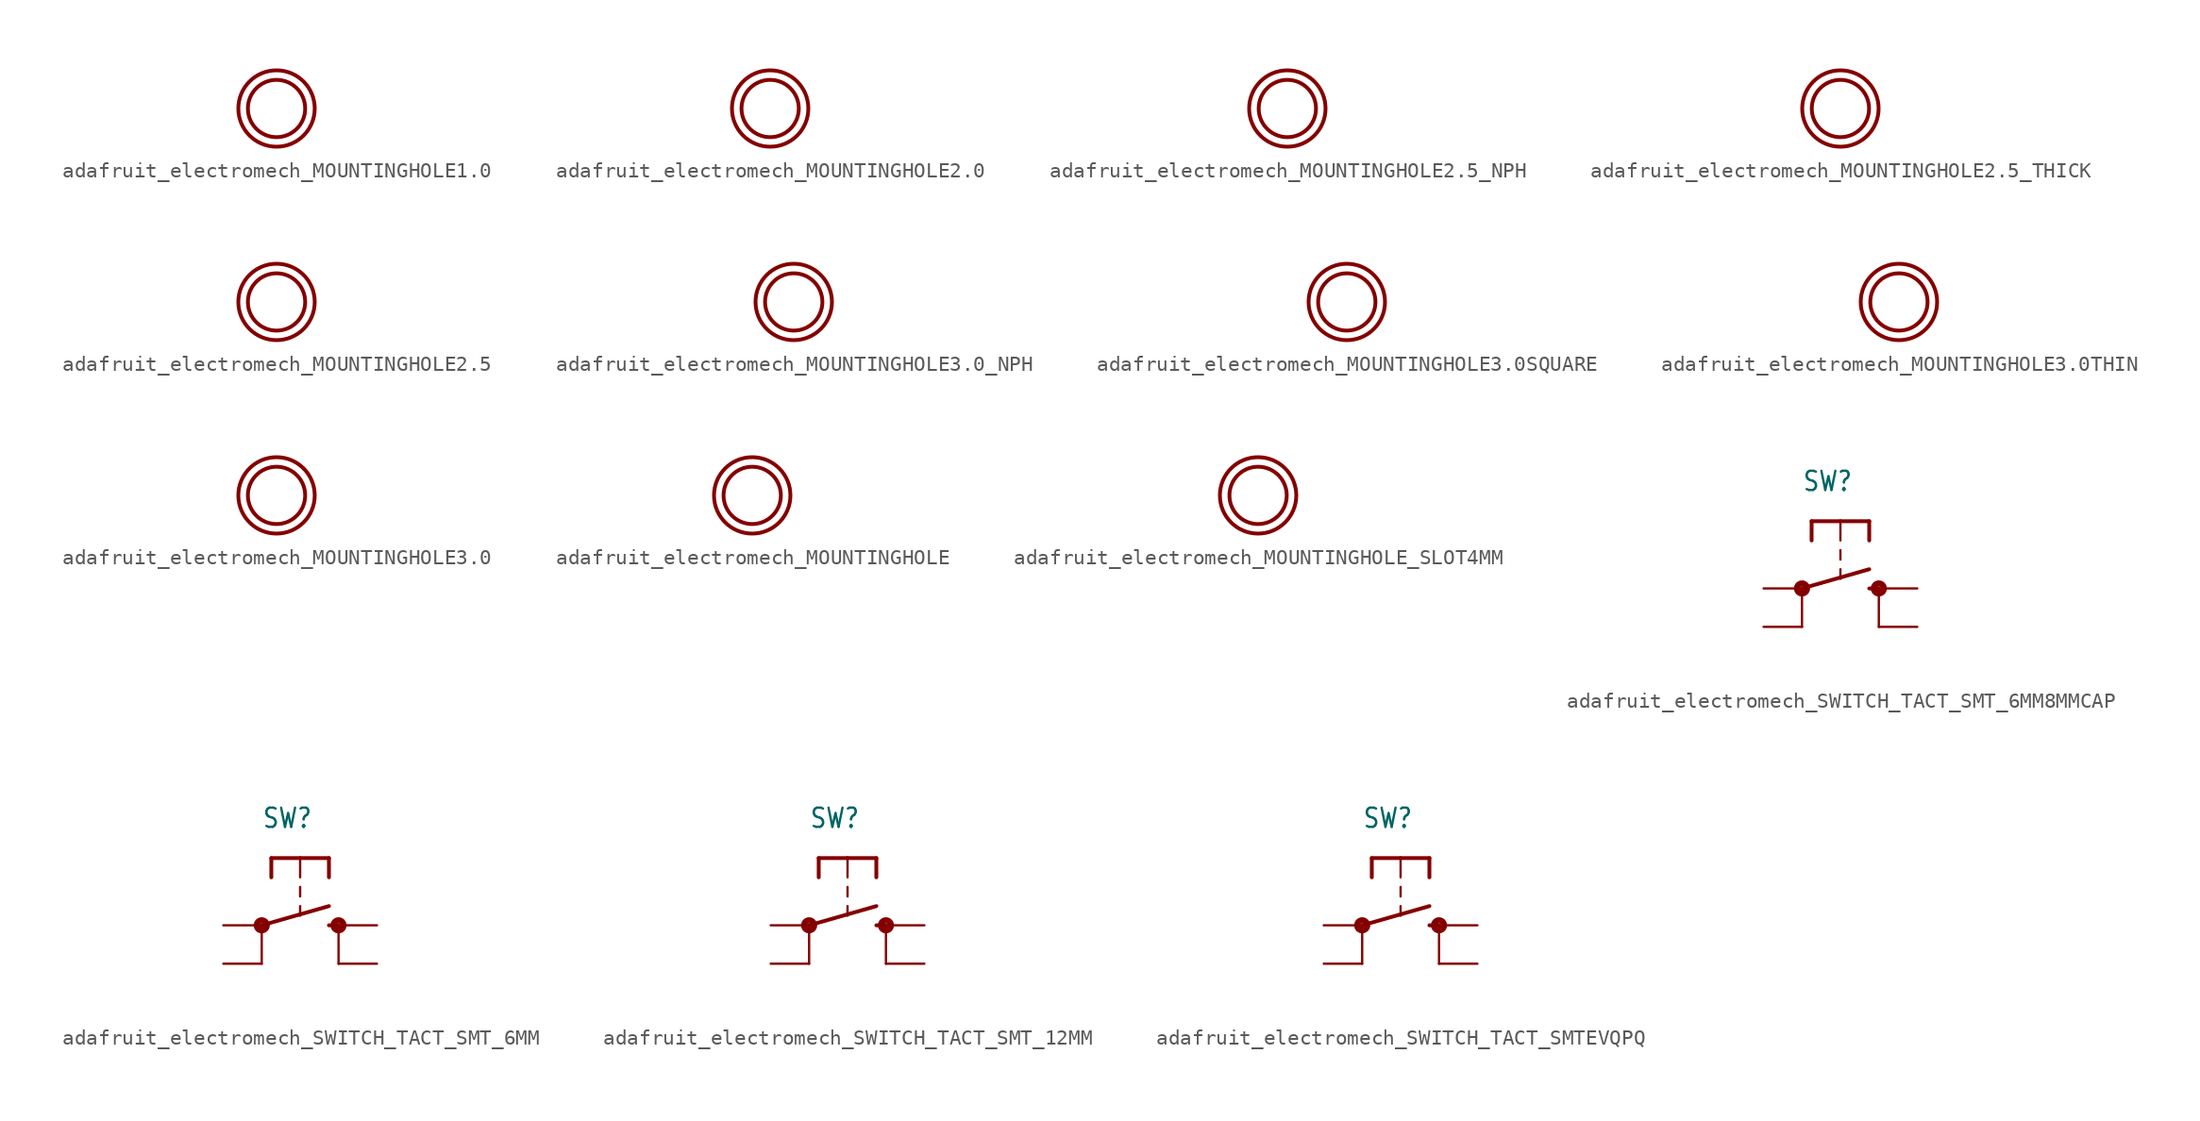
<source format=kicad_sym>
(kicad_symbol_lib
  (version 20231120)
  (generator "kicad_symbol_editor")
  (generator_version "8.0")
  (symbol "adafruit_electromech_MOUNTINGHOLE1.0"
    (property "Reference" ""
      (at 0 0 0)
      (effects (font (size 1.27 1.27)) (hide yes)))
    (property "ki_locked" ""
      (at 0 0 0)
      (effects (font (size 1.27 1.27))))
    (symbol "adafruit_electromech_MOUNTINGHOLE1.0_1_0"
      (circle (center 0 0) (radius 1.905) (stroke (width 0.254) (type solid)) (fill (type none)))
      (circle (center 0 0) (radius 2.54) (stroke (width 0.254) (type solid)) (fill (type none)))))
  (symbol "adafruit_electromech_MOUNTINGHOLE2.0"
    (property "Reference" ""
      (at 0 0 0)
      (effects (font (size 1.27 1.27)) (hide yes)))
    (property "ki_locked" ""
      (at 0 0 0)
      (effects (font (size 1.27 1.27))))
    (symbol "adafruit_electromech_MOUNTINGHOLE2.0_1_0"
      (circle (center 0 0) (radius 1.905) (stroke (width 0.254) (type solid)) (fill (type none)))
      (circle (center 0 0) (radius 2.54) (stroke (width 0.254) (type solid)) (fill (type none)))))
  (symbol "adafruit_electromech_MOUNTINGHOLE2.5_NPH"
    (property "Reference" ""
      (at 0 0 0)
      (effects (font (size 1.27 1.27)) (hide yes)))
    (property "ki_locked" ""
      (at 0 0 0)
      (effects (font (size 1.27 1.27))))
    (symbol "adafruit_electromech_MOUNTINGHOLE2.5_NPH_1_0"
      (circle (center 0 0) (radius 1.905) (stroke (width 0.254) (type solid)) (fill (type none)))
      (circle (center 0 0) (radius 2.54) (stroke (width 0.254) (type solid)) (fill (type none)))))
  (symbol "adafruit_electromech_MOUNTINGHOLE2.5_THICK"
    (property "Reference" ""
      (at 0 0 0)
      (effects (font (size 1.27 1.27)) (hide yes)))
    (property "ki_locked" ""
      (at 0 0 0)
      (effects (font (size 1.27 1.27))))
    (symbol "adafruit_electromech_MOUNTINGHOLE2.5_THICK_1_0"
      (circle (center 0 0) (radius 1.905) (stroke (width 0.254) (type solid)) (fill (type none)))
      (circle (center 0 0) (radius 2.54) (stroke (width 0.254) (type solid)) (fill (type none)))))
  (symbol "adafruit_electromech_MOUNTINGHOLE2.5"
    (property "Reference" ""
      (at 0 0 0)
      (effects (font (size 1.27 1.27)) (hide yes)))
    (property "ki_locked" ""
      (at 0 0 0)
      (effects (font (size 1.27 1.27))))
    (symbol "adafruit_electromech_MOUNTINGHOLE2.5_1_0"
      (circle (center 0 0) (radius 1.905) (stroke (width 0.254) (type solid)) (fill (type none)))
      (circle (center 0 0) (radius 2.54) (stroke (width 0.254) (type solid)) (fill (type none)))))
  (symbol "adafruit_electromech_MOUNTINGHOLE3.0_NPH"
    (property "Reference" ""
      (at 0 0 0)
      (effects (font (size 1.27 1.27)) (hide yes)))
    (property "ki_locked" ""
      (at 0 0 0)
      (effects (font (size 1.27 1.27))))
    (symbol "adafruit_electromech_MOUNTINGHOLE3.0_NPH_1_0"
      (circle (center 0 0) (radius 1.905) (stroke (width 0.254) (type solid)) (fill (type none)))
      (circle (center 0 0) (radius 2.54) (stroke (width 0.254) (type solid)) (fill (type none)))))
  (symbol "adafruit_electromech_MOUNTINGHOLE3.0SQUARE"
    (property "Reference" ""
      (at 0 0 0)
      (effects (font (size 1.27 1.27)) (hide yes)))
    (property "ki_locked" ""
      (at 0 0 0)
      (effects (font (size 1.27 1.27))))
    (symbol "adafruit_electromech_MOUNTINGHOLE3.0SQUARE_1_0"
      (circle (center 0 0) (radius 1.905) (stroke (width 0.254) (type solid)) (fill (type none)))
      (circle (center 0 0) (radius 2.54) (stroke (width 0.254) (type solid)) (fill (type none)))))
  (symbol "adafruit_electromech_MOUNTINGHOLE3.0THIN"
    (property "Reference" ""
      (at 0 0 0)
      (effects (font (size 1.27 1.27)) (hide yes)))
    (property "ki_locked" ""
      (at 0 0 0)
      (effects (font (size 1.27 1.27))))
    (symbol "adafruit_electromech_MOUNTINGHOLE3.0THIN_1_0"
      (circle (center 0 0) (radius 1.905) (stroke (width 0.254) (type solid)) (fill (type none)))
      (circle (center 0 0) (radius 2.54) (stroke (width 0.254) (type solid)) (fill (type none)))))
  (symbol "adafruit_electromech_MOUNTINGHOLE3.0"
    (property "Reference" ""
      (at 0 0 0)
      (effects (font (size 1.27 1.27)) (hide yes)))
    (property "ki_locked" ""
      (at 0 0 0)
      (effects (font (size 1.27 1.27))))
    (symbol "adafruit_electromech_MOUNTINGHOLE3.0_1_0"
      (circle (center 0 0) (radius 1.905) (stroke (width 0.254) (type solid)) (fill (type none)))
      (circle (center 0 0) (radius 2.54) (stroke (width 0.254) (type solid)) (fill (type none)))))
  (symbol "adafruit_electromech_MOUNTINGHOLE"
    (property "Reference" ""
      (at 0 0 0)
      (effects (font (size 1.27 1.27)) (hide yes)))
    (property "ki_locked" ""
      (at 0 0 0)
      (effects (font (size 1.27 1.27))))
    (symbol "adafruit_electromech_MOUNTINGHOLE_1_0"
      (circle (center 0 0) (radius 1.905) (stroke (width 0.254) (type solid)) (fill (type none)))
      (circle (center 0 0) (radius 2.54) (stroke (width 0.254) (type solid)) (fill (type none)))))
  (symbol "adafruit_electromech_MOUNTINGHOLE_SLOT4MM"
    (property "Reference" ""
      (at 0 0 0)
      (effects (font (size 1.27 1.27)) (hide yes)))
    (property "ki_locked" ""
      (at 0 0 0)
      (effects (font (size 1.27 1.27))))
    (symbol "adafruit_electromech_MOUNTINGHOLE_SLOT4MM_1_0"
      (circle (center 0 0) (radius 1.905) (stroke (width 0.254) (type solid)) (fill (type none)))
      (circle (center 0 0) (radius 2.54) (stroke (width 0.254) (type solid)) (fill (type none)))))
  (symbol "adafruit_electromech_SWITCH_TACT_SMT_6MM8MMCAP"
    (property "Reference" "SW"
      (at -2.54 6.35 0)
      (effects (font (size 1.27 1.079)) (justify left bottom)))
    (property "Value" ""
      (at -2.54 -5.08 0)
      (effects (font (size 1.27 1.079)) (justify left bottom)))
    (property "ki_locked" ""
      (at 0 0 0)
      (effects (font (size 1.27 1.27))))
    (symbol "adafruit_electromech_SWITCH_TACT_SMT_6MM8MMCAP_1_0"
      (circle (center -2.54 0) (radius 0.127) (stroke (width 0.406) (type solid)) (fill (type none)))
      (polyline (pts (xy -2.54 -2.54) (xy -2.54 0)) (stroke (width 0.152) (type solid)) (fill (type none)))
      (polyline (pts (xy -2.54 0) (xy 1.905 1.27)) (stroke (width 0.254) (type solid)) (fill (type none)))
      (polyline (pts (xy -1.905 4.445) (xy -1.905 3.175)) (stroke (width 0.254) (type solid)) (fill (type none)))
      (polyline (pts (xy 0 1.27) (xy 0 0.635)) (stroke (width 0.152) (type solid)) (fill (type none)))
      (polyline (pts (xy 0 2.54) (xy 0 1.905)) (stroke (width 0.152) (type solid)) (fill (type none)))
      (polyline (pts (xy 0 4.445) (xy -1.905 4.445)) (stroke (width 0.254) (type solid)) (fill (type none)))
      (polyline (pts (xy 0 4.445) (xy 0 3.175)) (stroke (width 0.152) (type solid)) (fill (type none)))
      (polyline (pts (xy 1.905 0) (xy 2.54 0)) (stroke (width 0.254) (type solid)) (fill (type none)))
      (polyline (pts (xy 1.905 4.445) (xy 0 4.445)) (stroke (width 0.254) (type solid)) (fill (type none)))
      (polyline (pts (xy 1.905 4.445) (xy 1.905 3.175)) (stroke (width 0.254) (type solid)) (fill (type none)))
      (polyline (pts (xy 2.54 -2.54) (xy 2.54 0)) (stroke (width 0.152) (type solid)) (fill (type none)))
      (circle (center 2.54 0) (radius 0.127) (stroke (width 0.406) (type solid)) (fill (type none)))
      (pin passive line (at -5.08 0 0) (length 2.54) (name "P" (effects (font (size 0 0)))) (number "A" (effects (font (size 0 0)))))
      (pin passive line (at -5.08 -2.54 0) (length 2.54) (name "P1" (effects (font (size 0 0)))) (number "A'" (effects (font (size 0 0)))))
      (pin passive line (at 5.08 0 180) (length 2.54) (name "S" (effects (font (size 0 0)))) (number "B" (effects (font (size 0 0)))))
      (pin passive line (at 5.08 -2.54 180) (length 2.54) (name "S1" (effects (font (size 0 0)))) (number "B'" (effects (font (size 0 0)))))))
  (symbol "adafruit_electromech_SWITCH_TACT_SMT_6MM"
    (property "Reference" "SW"
      (at -2.54 6.35 0)
      (effects (font (size 1.27 1.079)) (justify left bottom)))
    (property "Value" ""
      (at -2.54 -5.08 0)
      (effects (font (size 1.27 1.079)) (justify left bottom)))
    (property "ki_locked" ""
      (at 0 0 0)
      (effects (font (size 1.27 1.27))))
    (symbol "adafruit_electromech_SWITCH_TACT_SMT_6MM_1_0"
      (circle (center -2.54 0) (radius 0.127) (stroke (width 0.406) (type solid)) (fill (type none)))
      (polyline (pts (xy -2.54 -2.54) (xy -2.54 0)) (stroke (width 0.152) (type solid)) (fill (type none)))
      (polyline (pts (xy -2.54 0) (xy 1.905 1.27)) (stroke (width 0.254) (type solid)) (fill (type none)))
      (polyline (pts (xy -1.905 4.445) (xy -1.905 3.175)) (stroke (width 0.254) (type solid)) (fill (type none)))
      (polyline (pts (xy 0 1.27) (xy 0 0.635)) (stroke (width 0.152) (type solid)) (fill (type none)))
      (polyline (pts (xy 0 2.54) (xy 0 1.905)) (stroke (width 0.152) (type solid)) (fill (type none)))
      (polyline (pts (xy 0 4.445) (xy -1.905 4.445)) (stroke (width 0.254) (type solid)) (fill (type none)))
      (polyline (pts (xy 0 4.445) (xy 0 3.175)) (stroke (width 0.152) (type solid)) (fill (type none)))
      (polyline (pts (xy 1.905 0) (xy 2.54 0)) (stroke (width 0.254) (type solid)) (fill (type none)))
      (polyline (pts (xy 1.905 4.445) (xy 0 4.445)) (stroke (width 0.254) (type solid)) (fill (type none)))
      (polyline (pts (xy 1.905 4.445) (xy 1.905 3.175)) (stroke (width 0.254) (type solid)) (fill (type none)))
      (polyline (pts (xy 2.54 -2.54) (xy 2.54 0)) (stroke (width 0.152) (type solid)) (fill (type none)))
      (circle (center 2.54 0) (radius 0.127) (stroke (width 0.406) (type solid)) (fill (type none)))
      (pin passive line (at -5.08 0 0) (length 2.54) (name "P" (effects (font (size 0 0)))) (number "A" (effects (font (size 0 0)))))
      (pin passive line (at -5.08 -2.54 0) (length 2.54) (name "P1" (effects (font (size 0 0)))) (number "A'" (effects (font (size 0 0)))))
      (pin passive line (at 5.08 0 180) (length 2.54) (name "S" (effects (font (size 0 0)))) (number "B" (effects (font (size 0 0)))))
      (pin passive line (at 5.08 -2.54 180) (length 2.54) (name "S1" (effects (font (size 0 0)))) (number "B'" (effects (font (size 0 0)))))))
  (symbol "adafruit_electromech_SWITCH_TACT_SMT_12MM"
    (property "Reference" "SW"
      (at -2.54 6.35 0)
      (effects (font (size 1.27 1.079)) (justify left bottom)))
    (property "Value" ""
      (at -2.54 -5.08 0)
      (effects (font (size 1.27 1.079)) (justify left bottom)))
    (property "ki_locked" ""
      (at 0 0 0)
      (effects (font (size 1.27 1.27))))
    (symbol "adafruit_electromech_SWITCH_TACT_SMT_12MM_1_0"
      (circle (center -2.54 0) (radius 0.127) (stroke (width 0.406) (type solid)) (fill (type none)))
      (polyline (pts (xy -2.54 -2.54) (xy -2.54 0)) (stroke (width 0.152) (type solid)) (fill (type none)))
      (polyline (pts (xy -2.54 0) (xy 1.905 1.27)) (stroke (width 0.254) (type solid)) (fill (type none)))
      (polyline (pts (xy -1.905 4.445) (xy -1.905 3.175)) (stroke (width 0.254) (type solid)) (fill (type none)))
      (polyline (pts (xy 0 1.27) (xy 0 0.635)) (stroke (width 0.152) (type solid)) (fill (type none)))
      (polyline (pts (xy 0 2.54) (xy 0 1.905)) (stroke (width 0.152) (type solid)) (fill (type none)))
      (polyline (pts (xy 0 4.445) (xy -1.905 4.445)) (stroke (width 0.254) (type solid)) (fill (type none)))
      (polyline (pts (xy 0 4.445) (xy 0 3.175)) (stroke (width 0.152) (type solid)) (fill (type none)))
      (polyline (pts (xy 1.905 0) (xy 2.54 0)) (stroke (width 0.254) (type solid)) (fill (type none)))
      (polyline (pts (xy 1.905 4.445) (xy 0 4.445)) (stroke (width 0.254) (type solid)) (fill (type none)))
      (polyline (pts (xy 1.905 4.445) (xy 1.905 3.175)) (stroke (width 0.254) (type solid)) (fill (type none)))
      (polyline (pts (xy 2.54 -2.54) (xy 2.54 0)) (stroke (width 0.152) (type solid)) (fill (type none)))
      (circle (center 2.54 0) (radius 0.127) (stroke (width 0.406) (type solid)) (fill (type none)))
      (pin passive line (at -5.08 0 0) (length 2.54) (name "P" (effects (font (size 0 0)))) (number "P$1" (effects (font (size 0 0)))))
      (pin passive line (at -5.08 -2.54 0) (length 2.54) (name "P1" (effects (font (size 0 0)))) (number "P$2" (effects (font (size 0 0)))))
      (pin passive line (at 5.08 0 180) (length 2.54) (name "S" (effects (font (size 0 0)))) (number "P$3" (effects (font (size 0 0)))))
      (pin passive line (at 5.08 -2.54 180) (length 2.54) (name "S1" (effects (font (size 0 0)))) (number "P$4" (effects (font (size 0 0)))))))
  (symbol "adafruit_electromech_SWITCH_TACT_SMTEVQPQ"
    (property "Reference" "SW"
      (at -2.54 6.35 0)
      (effects (font (size 1.27 1.079)) (justify left bottom)))
    (property "Value" ""
      (at -2.54 -5.08 0)
      (effects (font (size 1.27 1.079)) (justify left bottom)))
    (property "ki_locked" ""
      (at 0 0 0)
      (effects (font (size 1.27 1.27))))
    (symbol "adafruit_electromech_SWITCH_TACT_SMTEVQPQ_1_0"
      (circle (center -2.54 0) (radius 0.127) (stroke (width 0.406) (type solid)) (fill (type none)))
      (polyline (pts (xy -2.54 -2.54) (xy -2.54 0)) (stroke (width 0.152) (type solid)) (fill (type none)))
      (polyline (pts (xy -2.54 0) (xy 1.905 1.27)) (stroke (width 0.254) (type solid)) (fill (type none)))
      (polyline (pts (xy -1.905 4.445) (xy -1.905 3.175)) (stroke (width 0.254) (type solid)) (fill (type none)))
      (polyline (pts (xy 0 1.27) (xy 0 0.635)) (stroke (width 0.152) (type solid)) (fill (type none)))
      (polyline (pts (xy 0 2.54) (xy 0 1.905)) (stroke (width 0.152) (type solid)) (fill (type none)))
      (polyline (pts (xy 0 4.445) (xy -1.905 4.445)) (stroke (width 0.254) (type solid)) (fill (type none)))
      (polyline (pts (xy 0 4.445) (xy 0 3.175)) (stroke (width 0.152) (type solid)) (fill (type none)))
      (polyline (pts (xy 1.905 0) (xy 2.54 0)) (stroke (width 0.254) (type solid)) (fill (type none)))
      (polyline (pts (xy 1.905 4.445) (xy 0 4.445)) (stroke (width 0.254) (type solid)) (fill (type none)))
      (polyline (pts (xy 1.905 4.445) (xy 1.905 3.175)) (stroke (width 0.254) (type solid)) (fill (type none)))
      (polyline (pts (xy 2.54 -2.54) (xy 2.54 0)) (stroke (width 0.152) (type solid)) (fill (type none)))
      (circle (center 2.54 0) (radius 0.127) (stroke (width 0.406) (type solid)) (fill (type none)))
      (pin passive line (at -5.08 0 0) (length 2.54) (name "P" (effects (font (size 0 0)))) (number "A" (effects (font (size 0 0)))))
      (pin passive line (at 5.08 0 180) (length 2.54) (name "S" (effects (font (size 0 0)))) (number "B" (effects (font (size 0 0)))))
      (pin passive line (at -5.08 -2.54 0) (length 2.54) (name "P1" (effects (font (size 0 0)))) (number "C" (effects (font (size 0 0)))))
      (pin passive line (at 5.08 -2.54 180) (length 2.54) (name "S1" (effects (font (size 0 0)))) (number "D" (effects (font (size 0 0))))))))
</source>
